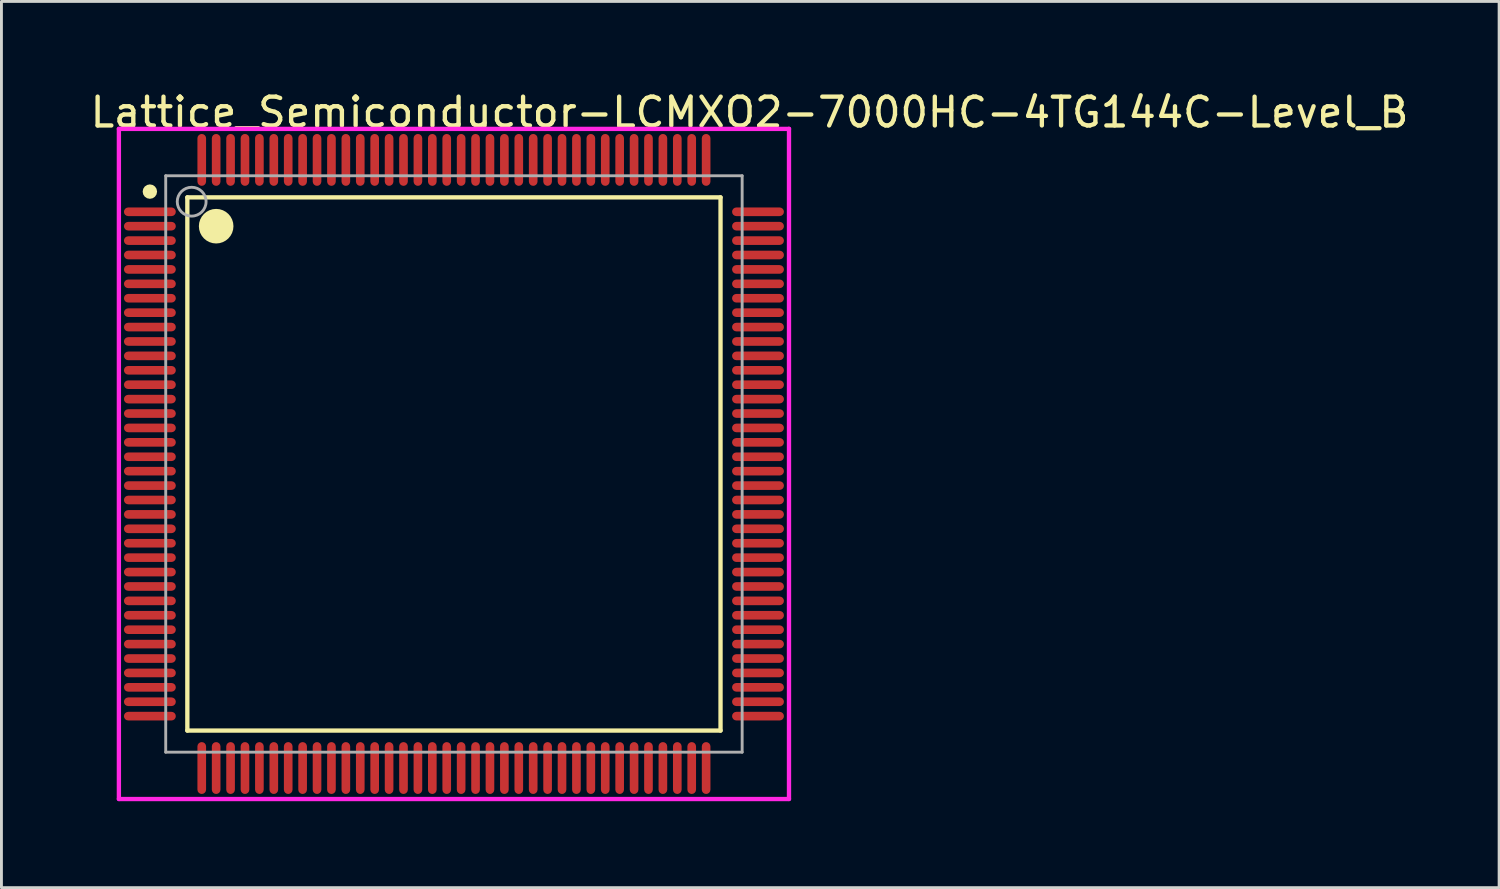
<source format=kicad_pcb>
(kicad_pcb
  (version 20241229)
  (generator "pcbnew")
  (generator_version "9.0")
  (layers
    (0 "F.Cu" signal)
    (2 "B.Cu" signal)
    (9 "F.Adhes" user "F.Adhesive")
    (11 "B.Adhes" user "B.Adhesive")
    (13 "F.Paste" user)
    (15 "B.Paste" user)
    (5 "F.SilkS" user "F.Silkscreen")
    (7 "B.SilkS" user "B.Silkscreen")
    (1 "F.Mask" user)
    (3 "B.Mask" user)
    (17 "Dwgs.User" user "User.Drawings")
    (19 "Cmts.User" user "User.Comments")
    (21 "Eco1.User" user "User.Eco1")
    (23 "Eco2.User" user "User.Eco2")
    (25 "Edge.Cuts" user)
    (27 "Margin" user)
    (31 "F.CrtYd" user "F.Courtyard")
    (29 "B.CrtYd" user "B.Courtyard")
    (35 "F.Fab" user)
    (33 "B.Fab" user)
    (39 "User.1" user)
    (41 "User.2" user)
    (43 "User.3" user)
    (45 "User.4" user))
  (footprint "Lattice_Semiconductor-LCMXO2-7000HC-4TG144C-Level_B"
    (layer "F.Cu")
    (at 12.7 13.048)
    (property "Reference" "Lattice_Semiconductor-LCMXO2-7000HC-4TG144C-Level_B" (at -12.7 -12.2 0) (layer "F.SilkS") (effects (font (size 1 1) (thickness 0.15)) (justify left)))
    (attr through_hole)
    (fp_line (start -9.25 -9.25) (end 9.25 -9.25) (stroke (width 0.15) (type solid)) (layer "F.SilkS"))
    (fp_line (start -9.25 9.25) (end -9.25 -9.25) (stroke (width 0.15) (type solid)) (layer "F.SilkS"))
    (fp_line (start -9.25 9.25) (end 9.25 9.25) (stroke (width 0.15) (type solid)) (layer "F.SilkS"))
    (fp_line (start 9.25 9.25) (end 9.25 -9.25) (stroke (width 0.15) (type solid)) (layer "F.SilkS"))
    (fp_circle (center -10.55 -9.45) (end -10.425 -9.45) (stroke (width 0.25) (type solid)) (fill no) (layer "F.SilkS"))
    (fp_circle (center -8.25 -8.25) (end -7.95 -8.25) (stroke (width 0.6) (type solid)) (fill no) (layer "F.SilkS"))
    (fp_line (start -11.625 -11.625) (end -11.625 11.625) (stroke (width 0.15) (type solid)) (layer "F.CrtYd"))
    (fp_line (start -11.625 11.625) (end 11.625 11.625) (stroke (width 0.15) (type solid)) (layer "F.CrtYd"))
    (fp_line (start 11.625 -11.625) (end -11.625 -11.625) (stroke (width 0.15) (type solid)) (layer "F.CrtYd"))
    (fp_line (start 11.625 -11.625) (end 11.625 -11.625) (stroke (width 0.15) (type solid)) (layer "F.CrtYd"))
    (fp_line (start 11.625 11.625) (end 11.625 -11.625) (stroke (width 0.15) (type solid)) (layer "F.CrtYd"))
    (fp_line (start -10 -10) (end 10 -10) (stroke (width 0.1) (type solid)) (layer "F.Fab"))
    (fp_line (start -10 10) (end -10 -10) (stroke (width 0.1) (type solid)) (layer "F.Fab"))
    (fp_line (start -10 10) (end 10 10) (stroke (width 0.1) (type solid)) (layer "F.Fab"))
    (fp_line (start 10 10) (end 10 -10) (stroke (width 0.1) (type solid)) (layer "F.Fab"))
    (fp_circle (center -9.1 -9.1) (end -8.6 -9.1) (stroke (width 0.1) (type solid)) (fill no) (layer "F.Fab"))
    (pad "1" smd roundrect (at -10.55 -8.75 270) (size 0.3 1.8) (layers "F.Cu" "F.Mask" "F.Paste") (roundrect_rratio 0.5))
    (pad "2" smd roundrect (at -10.55 -8.25 270) (size 0.3 1.8) (layers "F.Cu" "F.Mask" "F.Paste") (roundrect_rratio 0.5))
    (pad "3" smd roundrect (at -10.55 -7.75 270) (size 0.3 1.8) (layers "F.Cu" "F.Mask" "F.Paste") (roundrect_rratio 0.5))
    (pad "4" smd roundrect (at -10.55 -7.25 270) (size 0.3 1.8) (layers "F.Cu" "F.Mask" "F.Paste") (roundrect_rratio 0.5))
    (pad "5" smd roundrect (at -10.55 -6.75 270) (size 0.3 1.8) (layers "F.Cu" "F.Mask" "F.Paste") (roundrect_rratio 0.5))
    (pad "6" smd roundrect (at -10.55 -6.25 270) (size 0.3 1.8) (layers "F.Cu" "F.Mask" "F.Paste") (roundrect_rratio 0.5))
    (pad "7" smd roundrect (at -10.55 -5.75 270) (size 0.3 1.8) (layers "F.Cu" "F.Mask" "F.Paste") (roundrect_rratio 0.5))
    (pad "8" smd roundrect (at -10.55 -5.25 270) (size 0.3 1.8) (layers "F.Cu" "F.Mask" "F.Paste") (roundrect_rratio 0.5))
    (pad "9" smd roundrect (at -10.55 -4.75 270) (size 0.3 1.8) (layers "F.Cu" "F.Mask" "F.Paste") (roundrect_rratio 0.5))
    (pad "10" smd roundrect (at -10.55 -4.25 270) (size 0.3 1.8) (layers "F.Cu" "F.Mask" "F.Paste") (roundrect_rratio 0.5))
    (pad "11" smd roundrect (at -10.55 -3.75 270) (size 0.3 1.8) (layers "F.Cu" "F.Mask" "F.Paste") (roundrect_rratio 0.5))
    (pad "12" smd roundrect (at -10.55 -3.25 270) (size 0.3 1.8) (layers "F.Cu" "F.Mask" "F.Paste") (roundrect_rratio 0.5))
    (pad "13" smd roundrect (at -10.55 -2.75 270) (size 0.3 1.8) (layers "F.Cu" "F.Mask" "F.Paste") (roundrect_rratio 0.5))
    (pad "14" smd roundrect (at -10.55 -2.25 270) (size 0.3 1.8) (layers "F.Cu" "F.Mask" "F.Paste") (roundrect_rratio 0.5))
    (pad "15" smd roundrect (at -10.55 -1.75 270) (size 0.3 1.8) (layers "F.Cu" "F.Mask" "F.Paste") (roundrect_rratio 0.5))
    (pad "16" smd roundrect (at -10.55 -1.25 270) (size 0.3 1.8) (layers "F.Cu" "F.Mask" "F.Paste") (roundrect_rratio 0.5))
    (pad "17" smd roundrect (at -10.55 -0.75 270) (size 0.3 1.8) (layers "F.Cu" "F.Mask" "F.Paste") (roundrect_rratio 0.5))
    (pad "18" smd roundrect (at -10.55 -0.25 270) (size 0.3 1.8) (layers "F.Cu" "F.Mask" "F.Paste") (roundrect_rratio 0.5))
    (pad "19" smd roundrect (at -10.55 0.25 270) (size 0.3 1.8) (layers "F.Cu" "F.Mask" "F.Paste") (roundrect_rratio 0.5))
    (pad "20" smd roundrect (at -10.55 0.75 270) (size 0.3 1.8) (layers "F.Cu" "F.Mask" "F.Paste") (roundrect_rratio 0.5))
    (pad "21" smd roundrect (at -10.55 1.25 270) (size 0.3 1.8) (layers "F.Cu" "F.Mask" "F.Paste") (roundrect_rratio 0.5))
    (pad "22" smd roundrect (at -10.55 1.75 270) (size 0.3 1.8) (layers "F.Cu" "F.Mask" "F.Paste") (roundrect_rratio 0.5))
    (pad "23" smd roundrect (at -10.55 2.25 270) (size 0.3 1.8) (layers "F.Cu" "F.Mask" "F.Paste") (roundrect_rratio 0.5))
    (pad "24" smd roundrect (at -10.55 2.75 270) (size 0.3 1.8) (layers "F.Cu" "F.Mask" "F.Paste") (roundrect_rratio 0.5))
    (pad "25" smd roundrect (at -10.55 3.25 270) (size 0.3 1.8) (layers "F.Cu" "F.Mask" "F.Paste") (roundrect_rratio 0.5))
    (pad "26" smd roundrect (at -10.55 3.75 270) (size 0.3 1.8) (layers "F.Cu" "F.Mask" "F.Paste") (roundrect_rratio 0.5))
    (pad "27" smd roundrect (at -10.55 4.25 270) (size 0.3 1.8) (layers "F.Cu" "F.Mask" "F.Paste") (roundrect_rratio 0.5))
    (pad "28" smd roundrect (at -10.55 4.75 270) (size 0.3 1.8) (layers "F.Cu" "F.Mask" "F.Paste") (roundrect_rratio 0.5))
    (pad "29" smd roundrect (at -10.55 5.25 270) (size 0.3 1.8) (layers "F.Cu" "F.Mask" "F.Paste") (roundrect_rratio 0.5))
    (pad "30" smd roundrect (at -10.55 5.75 270) (size 0.3 1.8) (layers "F.Cu" "F.Mask" "F.Paste") (roundrect_rratio 0.5))
    (pad "31" smd roundrect (at -10.55 6.25 270) (size 0.3 1.8) (layers "F.Cu" "F.Mask" "F.Paste") (roundrect_rratio 0.5))
    (pad "32" smd roundrect (at -10.55 6.75 270) (size 0.3 1.8) (layers "F.Cu" "F.Mask" "F.Paste") (roundrect_rratio 0.5))
    (pad "33" smd roundrect (at -10.55 7.25 270) (size 0.3 1.8) (layers "F.Cu" "F.Mask" "F.Paste") (roundrect_rratio 0.5))
    (pad "34" smd roundrect (at -10.55 7.75 270) (size 0.3 1.8) (layers "F.Cu" "F.Mask" "F.Paste") (roundrect_rratio 0.5))
    (pad "35" smd roundrect (at -10.55 8.25 270) (size 0.3 1.8) (layers "F.Cu" "F.Mask" "F.Paste") (roundrect_rratio 0.5))
    (pad "36" smd roundrect (at -10.55 8.75 270) (size 0.3 1.8) (layers "F.Cu" "F.Mask" "F.Paste") (roundrect_rratio 0.5))
    (pad "37" smd roundrect (at -8.75 10.55) (size 0.3 1.8) (layers "F.Cu" "F.Mask" "F.Paste") (roundrect_rratio 0.5))
    (pad "38" smd roundrect (at -8.25 10.55) (size 0.3 1.8) (layers "F.Cu" "F.Mask" "F.Paste") (roundrect_rratio 0.5))
    (pad "39" smd roundrect (at -7.75 10.55) (size 0.3 1.8) (layers "F.Cu" "F.Mask" "F.Paste") (roundrect_rratio 0.5))
    (pad "40" smd roundrect (at -7.25 10.55) (size 0.3 1.8) (layers "F.Cu" "F.Mask" "F.Paste") (roundrect_rratio 0.5))
    (pad "41" smd roundrect (at -6.75 10.55) (size 0.3 1.8) (layers "F.Cu" "F.Mask" "F.Paste") (roundrect_rratio 0.5))
    (pad "42" smd roundrect (at -6.25 10.55) (size 0.3 1.8) (layers "F.Cu" "F.Mask" "F.Paste") (roundrect_rratio 0.5))
    (pad "43" smd roundrect (at -5.75 10.55) (size 0.3 1.8) (layers "F.Cu" "F.Mask" "F.Paste") (roundrect_rratio 0.5))
    (pad "44" smd roundrect (at -5.25 10.55) (size 0.3 1.8) (layers "F.Cu" "F.Mask" "F.Paste") (roundrect_rratio 0.5))
    (pad "45" smd roundrect (at -4.75 10.55) (size 0.3 1.8) (layers "F.Cu" "F.Mask" "F.Paste") (roundrect_rratio 0.5))
    (pad "46" smd roundrect (at -4.25 10.55) (size 0.3 1.8) (layers "F.Cu" "F.Mask" "F.Paste") (roundrect_rratio 0.5))
    (pad "47" smd roundrect (at -3.75 10.55) (size 0.3 1.8) (layers "F.Cu" "F.Mask" "F.Paste") (roundrect_rratio 0.5))
    (pad "48" smd roundrect (at -3.25 10.55) (size 0.3 1.8) (layers "F.Cu" "F.Mask" "F.Paste") (roundrect_rratio 0.5))
    (pad "49" smd roundrect (at -2.75 10.55) (size 0.3 1.8) (layers "F.Cu" "F.Mask" "F.Paste") (roundrect_rratio 0.5))
    (pad "50" smd roundrect (at -2.25 10.55) (size 0.3 1.8) (layers "F.Cu" "F.Mask" "F.Paste") (roundrect_rratio 0.5))
    (pad "51" smd roundrect (at -1.75 10.55) (size 0.3 1.8) (layers "F.Cu" "F.Mask" "F.Paste") (roundrect_rratio 0.5))
    (pad "52" smd roundrect (at -1.25 10.55) (size 0.3 1.8) (layers "F.Cu" "F.Mask" "F.Paste") (roundrect_rratio 0.5))
    (pad "53" smd roundrect (at -0.75 10.55) (size 0.3 1.8) (layers "F.Cu" "F.Mask" "F.Paste") (roundrect_rratio 0.5))
    (pad "54" smd roundrect (at -0.25 10.55) (size 0.3 1.8) (layers "F.Cu" "F.Mask" "F.Paste") (roundrect_rratio 0.5))
    (pad "55" smd roundrect (at 0.25 10.55) (size 0.3 1.8) (layers "F.Cu" "F.Mask" "F.Paste") (roundrect_rratio 0.5))
    (pad "56" smd roundrect (at 0.75 10.55) (size 0.3 1.8) (layers "F.Cu" "F.Mask" "F.Paste") (roundrect_rratio 0.5))
    (pad "57" smd roundrect (at 1.25 10.55) (size 0.3 1.8) (layers "F.Cu" "F.Mask" "F.Paste") (roundrect_rratio 0.5))
    (pad "58" smd roundrect (at 1.75 10.55) (size 0.3 1.8) (layers "F.Cu" "F.Mask" "F.Paste") (roundrect_rratio 0.5))
    (pad "59" smd roundrect (at 2.25 10.55) (size 0.3 1.8) (layers "F.Cu" "F.Mask" "F.Paste") (roundrect_rratio 0.5))
    (pad "60" smd roundrect (at 2.75 10.55) (size 0.3 1.8) (layers "F.Cu" "F.Mask" "F.Paste") (roundrect_rratio 0.5))
    (pad "61" smd roundrect (at 3.25 10.55) (size 0.3 1.8) (layers "F.Cu" "F.Mask" "F.Paste") (roundrect_rratio 0.5))
    (pad "62" smd roundrect (at 3.75 10.55) (size 0.3 1.8) (layers "F.Cu" "F.Mask" "F.Paste") (roundrect_rratio 0.5))
    (pad "63" smd roundrect (at 4.25 10.55) (size 0.3 1.8) (layers "F.Cu" "F.Mask" "F.Paste") (roundrect_rratio 0.5))
    (pad "64" smd roundrect (at 4.75 10.55) (size 0.3 1.8) (layers "F.Cu" "F.Mask" "F.Paste") (roundrect_rratio 0.5))
    (pad "65" smd roundrect (at 5.25 10.55) (size 0.3 1.8) (layers "F.Cu" "F.Mask" "F.Paste") (roundrect_rratio 0.5))
    (pad "66" smd roundrect (at 5.75 10.55) (size 0.3 1.8) (layers "F.Cu" "F.Mask" "F.Paste") (roundrect_rratio 0.5))
    (pad "67" smd roundrect (at 6.25 10.55) (size 0.3 1.8) (layers "F.Cu" "F.Mask" "F.Paste") (roundrect_rratio 0.5))
    (pad "68" smd roundrect (at 6.75 10.55) (size 0.3 1.8) (layers "F.Cu" "F.Mask" "F.Paste") (roundrect_rratio 0.5))
    (pad "69" smd roundrect (at 7.25 10.55) (size 0.3 1.8) (layers "F.Cu" "F.Mask" "F.Paste") (roundrect_rratio 0.5))
    (pad "70" smd roundrect (at 7.75 10.55) (size 0.3 1.8) (layers "F.Cu" "F.Mask" "F.Paste") (roundrect_rratio 0.5))
    (pad "71" smd roundrect (at 8.25 10.55) (size 0.3 1.8) (layers "F.Cu" "F.Mask" "F.Paste") (roundrect_rratio 0.5))
    (pad "72" smd roundrect (at 8.75 10.55) (size 0.3 1.8) (layers "F.Cu" "F.Mask" "F.Paste") (roundrect_rratio 0.5))
    (pad "73" smd roundrect (at 10.55 8.75 270) (size 0.3 1.8) (layers "F.Cu" "F.Mask" "F.Paste") (roundrect_rratio 0.5))
    (pad "74" smd roundrect (at 10.55 8.25 270) (size 0.3 1.8) (layers "F.Cu" "F.Mask" "F.Paste") (roundrect_rratio 0.5))
    (pad "75" smd roundrect (at 10.55 7.75 270) (size 0.3 1.8) (layers "F.Cu" "F.Mask" "F.Paste") (roundrect_rratio 0.5))
    (pad "76" smd roundrect (at 10.55 7.25 270) (size 0.3 1.8) (layers "F.Cu" "F.Mask" "F.Paste") (roundrect_rratio 0.5))
    (pad "77" smd roundrect (at 10.55 6.75 270) (size 0.3 1.8) (layers "F.Cu" "F.Mask" "F.Paste") (roundrect_rratio 0.5))
    (pad "78" smd roundrect (at 10.55 6.25 270) (size 0.3 1.8) (layers "F.Cu" "F.Mask" "F.Paste") (roundrect_rratio 0.5))
    (pad "79" smd roundrect (at 10.55 5.75 270) (size 0.3 1.8) (layers "F.Cu" "F.Mask" "F.Paste") (roundrect_rratio 0.5))
    (pad "80" smd roundrect (at 10.55 5.25 270) (size 0.3 1.8) (layers "F.Cu" "F.Mask" "F.Paste") (roundrect_rratio 0.5))
    (pad "81" smd roundrect (at 10.55 4.75 270) (size 0.3 1.8) (layers "F.Cu" "F.Mask" "F.Paste") (roundrect_rratio 0.5))
    (pad "82" smd roundrect (at 10.55 4.25 270) (size 0.3 1.8) (layers "F.Cu" "F.Mask" "F.Paste") (roundrect_rratio 0.5))
    (pad "83" smd roundrect (at 10.55 3.75 270) (size 0.3 1.8) (layers "F.Cu" "F.Mask" "F.Paste") (roundrect_rratio 0.5))
    (pad "84" smd roundrect (at 10.55 3.25 270) (size 0.3 1.8) (layers "F.Cu" "F.Mask" "F.Paste") (roundrect_rratio 0.5))
    (pad "85" smd roundrect (at 10.55 2.75 270) (size 0.3 1.8) (layers "F.Cu" "F.Mask" "F.Paste") (roundrect_rratio 0.5))
    (pad "86" smd roundrect (at 10.55 2.25 270) (size 0.3 1.8) (layers "F.Cu" "F.Mask" "F.Paste") (roundrect_rratio 0.5))
    (pad "87" smd roundrect (at 10.55 1.75 270) (size 0.3 1.8) (layers "F.Cu" "F.Mask" "F.Paste") (roundrect_rratio 0.5))
    (pad "88" smd roundrect (at 10.55 1.25 270) (size 0.3 1.8) (layers "F.Cu" "F.Mask" "F.Paste") (roundrect_rratio 0.5))
    (pad "89" smd roundrect (at 10.55 0.75 270) (size 0.3 1.8) (layers "F.Cu" "F.Mask" "F.Paste") (roundrect_rratio 0.5))
    (pad "90" smd roundrect (at 10.55 0.25 270) (size 0.3 1.8) (layers "F.Cu" "F.Mask" "F.Paste") (roundrect_rratio 0.5))
    (pad "91" smd roundrect (at 10.55 -0.25 270) (size 0.3 1.8) (layers "F.Cu" "F.Mask" "F.Paste") (roundrect_rratio 0.5))
    (pad "92" smd roundrect (at 10.55 -0.75 270) (size 0.3 1.8) (layers "F.Cu" "F.Mask" "F.Paste") (roundrect_rratio 0.5))
    (pad "93" smd roundrect (at 10.55 -1.25 270) (size 0.3 1.8) (layers "F.Cu" "F.Mask" "F.Paste") (roundrect_rratio 0.5))
    (pad "94" smd roundrect (at 10.55 -1.75 270) (size 0.3 1.8) (layers "F.Cu" "F.Mask" "F.Paste") (roundrect_rratio 0.5))
    (pad "95" smd roundrect (at 10.55 -2.25 270) (size 0.3 1.8) (layers "F.Cu" "F.Mask" "F.Paste") (roundrect_rratio 0.5))
    (pad "96" smd roundrect (at 10.55 -2.75 270) (size 0.3 1.8) (layers "F.Cu" "F.Mask" "F.Paste") (roundrect_rratio 0.5))
    (pad "97" smd roundrect (at 10.55 -3.25 270) (size 0.3 1.8) (layers "F.Cu" "F.Mask" "F.Paste") (roundrect_rratio 0.5))
    (pad "98" smd roundrect (at 10.55 -3.75 270) (size 0.3 1.8) (layers "F.Cu" "F.Mask" "F.Paste") (roundrect_rratio 0.5))
    (pad "99" smd roundrect (at 10.55 -4.25 270) (size 0.3 1.8) (layers "F.Cu" "F.Mask" "F.Paste") (roundrect_rratio 0.5))
    (pad "100" smd roundrect (at 10.55 -4.75 270) (size 0.3 1.8) (layers "F.Cu" "F.Mask" "F.Paste") (roundrect_rratio 0.5))
    (pad "101" smd roundrect (at 10.55 -5.25 270) (size 0.3 1.8) (layers "F.Cu" "F.Mask" "F.Paste") (roundrect_rratio 0.5))
    (pad "102" smd roundrect (at 10.55 -5.75 270) (size 0.3 1.8) (layers "F.Cu" "F.Mask" "F.Paste") (roundrect_rratio 0.5))
    (pad "103" smd roundrect (at 10.55 -6.25 270) (size 0.3 1.8) (layers "F.Cu" "F.Mask" "F.Paste") (roundrect_rratio 0.5))
    (pad "104" smd roundrect (at 10.55 -6.75 270) (size 0.3 1.8) (layers "F.Cu" "F.Mask" "F.Paste") (roundrect_rratio 0.5))
    (pad "105" smd roundrect (at 10.55 -7.25 270) (size 0.3 1.8) (layers "F.Cu" "F.Mask" "F.Paste") (roundrect_rratio 0.5))
    (pad "106" smd roundrect (at 10.55 -7.75 270) (size 0.3 1.8) (layers "F.Cu" "F.Mask" "F.Paste") (roundrect_rratio 0.5))
    (pad "107" smd roundrect (at 10.55 -8.25 270) (size 0.3 1.8) (layers "F.Cu" "F.Mask" "F.Paste") (roundrect_rratio 0.5))
    (pad "108" smd roundrect (at 10.55 -8.75 270) (size 0.3 1.8) (layers "F.Cu" "F.Mask" "F.Paste") (roundrect_rratio 0.5))
    (pad "109" smd roundrect (at 8.75 -10.55) (size 0.3 1.8) (layers "F.Cu" "F.Mask" "F.Paste") (roundrect_rratio 0.5))
    (pad "110" smd roundrect (at 8.25 -10.55) (size 0.3 1.8) (layers "F.Cu" "F.Mask" "F.Paste") (roundrect_rratio 0.5))
    (pad "111" smd roundrect (at 7.75 -10.55) (size 0.3 1.8) (layers "F.Cu" "F.Mask" "F.Paste") (roundrect_rratio 0.5))
    (pad "112" smd roundrect (at 7.25 -10.55) (size 0.3 1.8) (layers "F.Cu" "F.Mask" "F.Paste") (roundrect_rratio 0.5))
    (pad "113" smd roundrect (at 6.75 -10.55) (size 0.3 1.8) (layers "F.Cu" "F.Mask" "F.Paste") (roundrect_rratio 0.5))
    (pad "114" smd roundrect (at 6.25 -10.55) (size 0.3 1.8) (layers "F.Cu" "F.Mask" "F.Paste") (roundrect_rratio 0.5))
    (pad "115" smd roundrect (at 5.75 -10.55) (size 0.3 1.8) (layers "F.Cu" "F.Mask" "F.Paste") (roundrect_rratio 0.5))
    (pad "116" smd roundrect (at 5.25 -10.55) (size 0.3 1.8) (layers "F.Cu" "F.Mask" "F.Paste") (roundrect_rratio 0.5))
    (pad "117" smd roundrect (at 4.75 -10.55) (size 0.3 1.8) (layers "F.Cu" "F.Mask" "F.Paste") (roundrect_rratio 0.5))
    (pad "118" smd roundrect (at 4.25 -10.55) (size 0.3 1.8) (layers "F.Cu" "F.Mask" "F.Paste") (roundrect_rratio 0.5))
    (pad "119" smd roundrect (at 3.75 -10.55) (size 0.3 1.8) (layers "F.Cu" "F.Mask" "F.Paste") (roundrect_rratio 0.5))
    (pad "120" smd roundrect (at 3.25 -10.55) (size 0.3 1.8) (layers "F.Cu" "F.Mask" "F.Paste") (roundrect_rratio 0.5))
    (pad "121" smd roundrect (at 2.75 -10.55) (size 0.3 1.8) (layers "F.Cu" "F.Mask" "F.Paste") (roundrect_rratio 0.5))
    (pad "122" smd roundrect (at 2.25 -10.55) (size 0.3 1.8) (layers "F.Cu" "F.Mask" "F.Paste") (roundrect_rratio 0.5))
    (pad "123" smd roundrect (at 1.75 -10.55) (size 0.3 1.8) (layers "F.Cu" "F.Mask" "F.Paste") (roundrect_rratio 0.5))
    (pad "124" smd roundrect (at 1.25 -10.55) (size 0.3 1.8) (layers "F.Cu" "F.Mask" "F.Paste") (roundrect_rratio 0.5))
    (pad "125" smd roundrect (at 0.75 -10.55) (size 0.3 1.8) (layers "F.Cu" "F.Mask" "F.Paste") (roundrect_rratio 0.5))
    (pad "126" smd roundrect (at 0.25 -10.55) (size 0.3 1.8) (layers "F.Cu" "F.Mask" "F.Paste") (roundrect_rratio 0.5))
    (pad "127" smd roundrect (at -0.25 -10.55) (size 0.3 1.8) (layers "F.Cu" "F.Mask" "F.Paste") (roundrect_rratio 0.5))
    (pad "128" smd roundrect (at -0.75 -10.55) (size 0.3 1.8) (layers "F.Cu" "F.Mask" "F.Paste") (roundrect_rratio 0.5))
    (pad "129" smd roundrect (at -1.25 -10.55) (size 0.3 1.8) (layers "F.Cu" "F.Mask" "F.Paste") (roundrect_rratio 0.5))
    (pad "130" smd roundrect (at -1.75 -10.55) (size 0.3 1.8) (layers "F.Cu" "F.Mask" "F.Paste") (roundrect_rratio 0.5))
    (pad "131" smd roundrect (at -2.25 -10.55) (size 0.3 1.8) (layers "F.Cu" "F.Mask" "F.Paste") (roundrect_rratio 0.5))
    (pad "132" smd roundrect (at -2.75 -10.55) (size 0.3 1.8) (layers "F.Cu" "F.Mask" "F.Paste") (roundrect_rratio 0.5))
    (pad "133" smd roundrect (at -3.25 -10.55) (size 0.3 1.8) (layers "F.Cu" "F.Mask" "F.Paste") (roundrect_rratio 0.5))
    (pad "134" smd roundrect (at -3.75 -10.55) (size 0.3 1.8) (layers "F.Cu" "F.Mask" "F.Paste") (roundrect_rratio 0.5))
    (pad "135" smd roundrect (at -4.25 -10.55) (size 0.3 1.8) (layers "F.Cu" "F.Mask" "F.Paste") (roundrect_rratio 0.5))
    (pad "136" smd roundrect (at -4.75 -10.55) (size 0.3 1.8) (layers "F.Cu" "F.Mask" "F.Paste") (roundrect_rratio 0.5))
    (pad "137" smd roundrect (at -5.25 -10.55) (size 0.3 1.8) (layers "F.Cu" "F.Mask" "F.Paste") (roundrect_rratio 0.5))
    (pad "138" smd roundrect (at -5.75 -10.55) (size 0.3 1.8) (layers "F.Cu" "F.Mask" "F.Paste") (roundrect_rratio 0.5))
    (pad "139" smd roundrect (at -6.25 -10.55) (size 0.3 1.8) (layers "F.Cu" "F.Mask" "F.Paste") (roundrect_rratio 0.5))
    (pad "140" smd roundrect (at -6.75 -10.55) (size 0.3 1.8) (layers "F.Cu" "F.Mask" "F.Paste") (roundrect_rratio 0.5))
    (pad "141" smd roundrect (at -7.25 -10.55) (size 0.3 1.8) (layers "F.Cu" "F.Mask" "F.Paste") (roundrect_rratio 0.5))
    (pad "142" smd roundrect (at -7.75 -10.55) (size 0.3 1.8) (layers "F.Cu" "F.Mask" "F.Paste") (roundrect_rratio 0.5))
    (pad "143" smd roundrect (at -8.25 -10.55) (size 0.3 1.8) (layers "F.Cu" "F.Mask" "F.Paste") (roundrect_rratio 0.5))
    (pad "144" smd roundrect (at -8.75 -10.55) (size 0.3 1.8) (layers "F.Cu" "F.Mask" "F.Paste") (roundrect_rratio 0.5)))
  (gr_rect
    (start -3 -3)
    (end 48.964 27.748)
    (stroke (width 0.1) (type default))
    (fill no)
    (layer "Edge.Cuts")))
</source>
